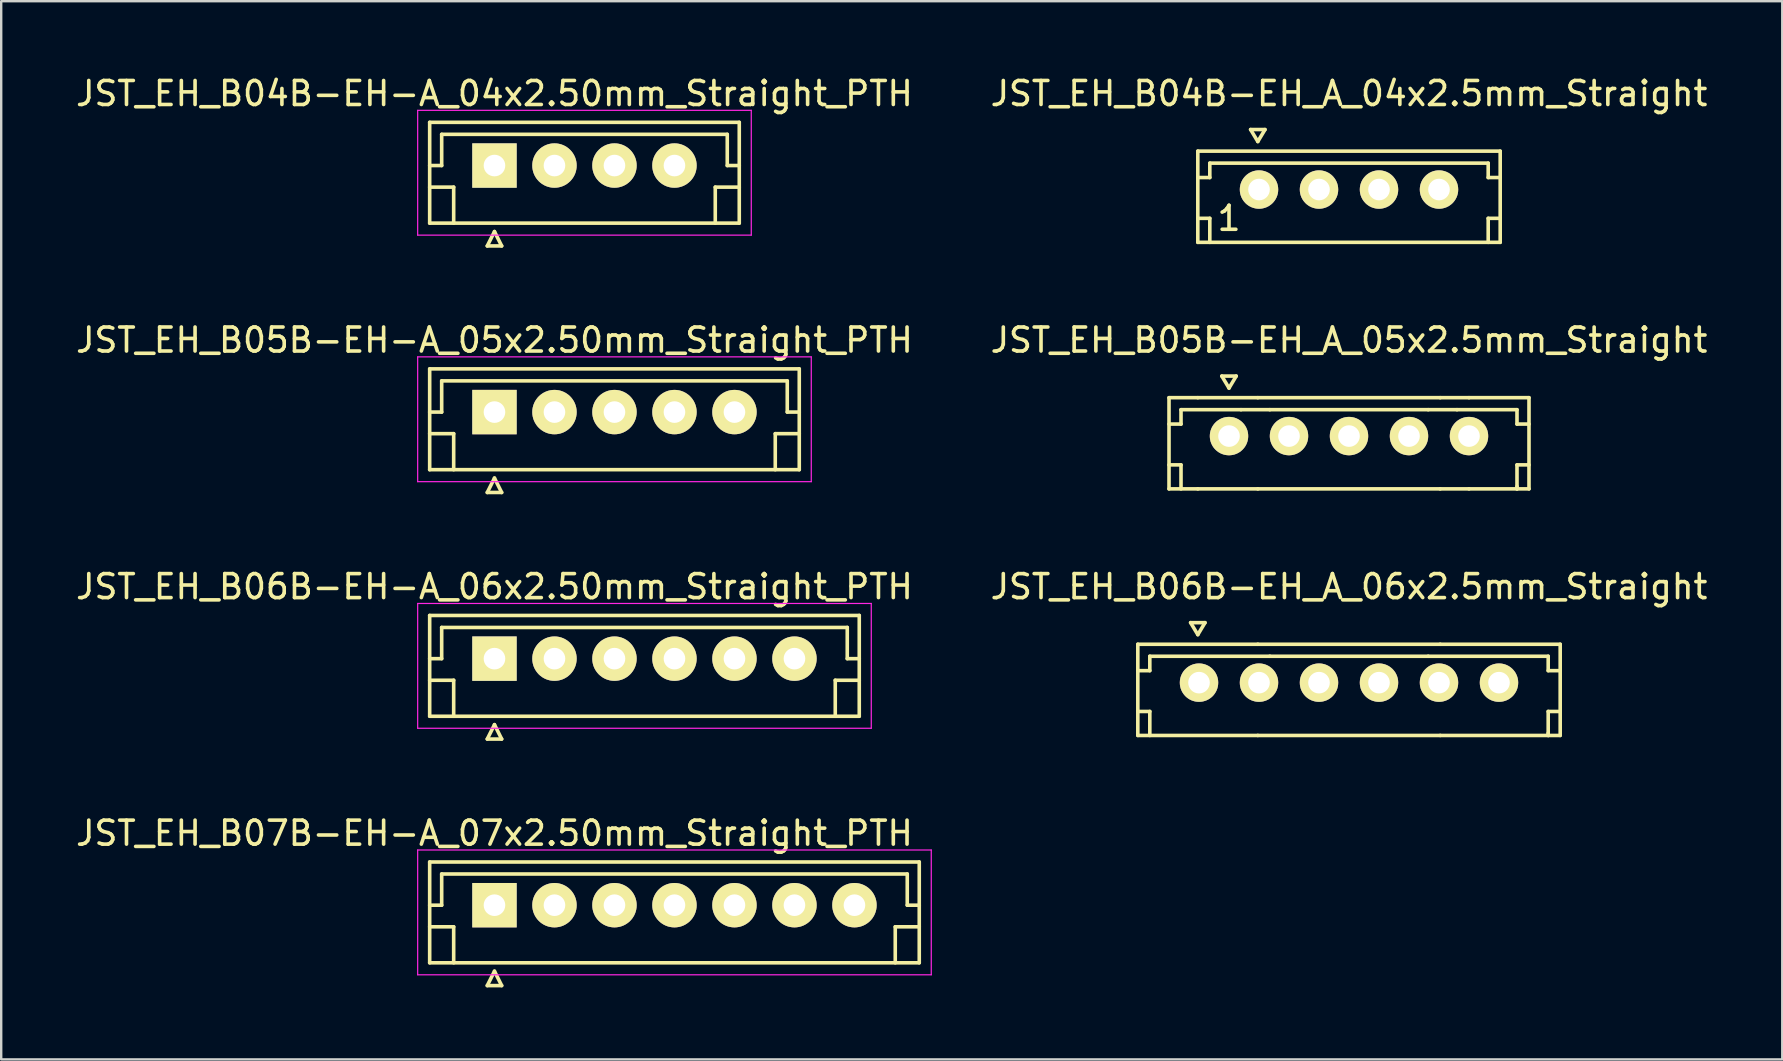
<source format=kicad_pcb>
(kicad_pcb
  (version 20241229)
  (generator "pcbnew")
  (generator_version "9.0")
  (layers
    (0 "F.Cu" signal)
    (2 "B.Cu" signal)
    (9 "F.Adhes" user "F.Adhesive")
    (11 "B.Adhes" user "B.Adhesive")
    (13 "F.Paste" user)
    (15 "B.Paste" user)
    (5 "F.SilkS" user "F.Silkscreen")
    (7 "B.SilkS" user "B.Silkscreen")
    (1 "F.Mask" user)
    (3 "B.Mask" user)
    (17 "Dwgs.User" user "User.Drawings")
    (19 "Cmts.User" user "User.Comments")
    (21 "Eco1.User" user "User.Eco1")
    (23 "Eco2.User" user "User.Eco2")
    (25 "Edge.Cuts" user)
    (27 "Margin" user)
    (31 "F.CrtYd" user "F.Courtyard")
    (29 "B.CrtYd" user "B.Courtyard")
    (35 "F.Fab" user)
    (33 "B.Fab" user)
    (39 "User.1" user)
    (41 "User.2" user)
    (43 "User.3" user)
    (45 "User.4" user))
  (footprint "JST_EH_B06B-EH-A_06x2.50mm_Straight_PTH"
    (layer "F.Cu")
    (at 17.554 24.395)
    (property "Reference" "JST_EH_B06B-EH-A_06x2.50mm_Straight_PTH" (at 0 -3 0) (layer "F.SilkS") (effects (font (size 1 1) (thickness 0.15))))
    (attr through_hole)
    (fp_line (start -2.7 -1.8) (end -2.7 2.4) (stroke (width 0.15) (type solid)) (layer "F.SilkS"))
    (fp_line (start -2.7 0) (end -2.2 0) (stroke (width 0.15) (type solid)) (layer "F.SilkS"))
    (fp_line (start -2.7 0.9) (end -1.7 0.9) (stroke (width 0.15) (type solid)) (layer "F.SilkS"))
    (fp_line (start -2.7 2.4) (end 15.2 2.4) (stroke (width 0.15) (type solid)) (layer "F.SilkS"))
    (fp_line (start -2.2 -1.3) (end 14.7 -1.3) (stroke (width 0.15) (type solid)) (layer "F.SilkS"))
    (fp_line (start -2.2 0) (end -2.2 -1.3) (stroke (width 0.15) (type solid)) (layer "F.SilkS"))
    (fp_line (start -1.7 0.9) (end -1.7 2.4) (stroke (width 0.15) (type solid)) (layer "F.SilkS"))
    (fp_line (start -0.3 3.35) (end 0.3 3.35) (stroke (width 0.15) (type solid)) (layer "F.SilkS"))
    (fp_line (start 0 2.75) (end -0.3 3.35) (stroke (width 0.15) (type solid)) (layer "F.SilkS"))
    (fp_line (start 0.3 3.35) (end 0 2.75) (stroke (width 0.15) (type solid)) (layer "F.SilkS"))
    (fp_line (start 14.2 0.9) (end 14.2 2.4) (stroke (width 0.15) (type solid)) (layer "F.SilkS"))
    (fp_line (start 14.7 -1.3) (end 14.7 0) (stroke (width 0.15) (type solid)) (layer "F.SilkS"))
    (fp_line (start 14.7 0) (end 15.2 0) (stroke (width 0.15) (type solid)) (layer "F.SilkS"))
    (fp_line (start 15.2 -1.8) (end -2.7 -1.8) (stroke (width 0.15) (type solid)) (layer "F.SilkS"))
    (fp_line (start 15.2 0.9) (end 14.2 0.9) (stroke (width 0.15) (type solid)) (layer "F.SilkS"))
    (fp_line (start 15.2 2.4) (end 15.2 -1.8) (stroke (width 0.15) (type solid)) (layer "F.SilkS"))
    (fp_line (start -3.2 -2.3) (end -3.2 2.9) (stroke (width 0.05) (type solid)) (layer "F.CrtYd"))
    (fp_line (start -3.2 2.9) (end 15.7 2.9) (stroke (width 0.05) (type solid)) (layer "F.CrtYd"))
    (fp_line (start 15.7 -2.3) (end -3.2 -2.3) (stroke (width 0.05) (type solid)) (layer "F.CrtYd"))
    (fp_line (start 15.7 2.9) (end 15.7 -2.3) (stroke (width 0.05) (type solid)) (layer "F.CrtYd"))
    (pad "1" thru_hole rect (at 0 0) (size 1.85 1.85) (drill 0.9) (layers "*.Cu" "*.Mask" "F.SilkS"))
    (pad "2" thru_hole circle (at 2.5 0) (size 1.85 1.85) (drill 0.9) (layers "*.Cu" "*.Mask" "F.SilkS"))
    (pad "3" thru_hole circle (at 5 0) (size 1.85 1.85) (drill 0.9) (layers "*.Cu" "*.Mask" "F.SilkS"))
    (pad "4" thru_hole circle (at 7.5 0) (size 1.85 1.85) (drill 0.9) (layers "*.Cu" "*.Mask" "F.SilkS"))
    (pad "5" thru_hole circle (at 10 0) (size 1.85 1.85) (drill 0.9) (layers "*.Cu" "*.Mask" "F.SilkS"))
    (pad "6" thru_hole circle (at 12.5 0) (size 1.85 1.85) (drill 0.9) (layers "*.Cu" "*.Mask" "F.SilkS")))
  (footprint "JST_EH_B05B-EH_A_05x2.5mm_Straight"
    (layer "F.Cu")
    (at 53.161 15.121)
    (property "Reference" "JST_EH_B05B-EH_A_05x2.5mm_Straight" (at 0 -4 0) (layer "F.SilkS") (effects (font (size 1 1) (thickness 0.15))))
    (attr through_hole)
    (fp_line (start -7.5 -1.6) (end -7.5 2.2) (stroke (width 0.15) (type solid)) (layer "F.SilkS"))
    (fp_line (start -7.5 -1.6) (end -6.3 -1.6) (stroke (width 0.15) (type solid)) (layer "F.SilkS"))
    (fp_line (start -7.5 2.2) (end -6.3 2.2) (stroke (width 0.15) (type solid)) (layer "F.SilkS"))
    (fp_line (start -7 -1.1) (end -7 -0.5) (stroke (width 0.15) (type solid)) (layer "F.SilkS"))
    (fp_line (start -7 -0.5) (end -7.5 -0.5) (stroke (width 0.15) (type solid)) (layer "F.SilkS"))
    (fp_line (start -7 1.2) (end -7.5 1.2) (stroke (width 0.15) (type solid)) (layer "F.SilkS"))
    (fp_line (start -7 1.2) (end -7 2.2) (stroke (width 0.15) (type solid)) (layer "F.SilkS"))
    (fp_line (start -6.3 -1.6) (end -3.8 -1.6) (stroke (width 0.15) (type solid)) (layer "F.SilkS"))
    (fp_line (start -6.3 2.2) (end -3.8 2.2) (stroke (width 0.15) (type solid)) (layer "F.SilkS"))
    (fp_line (start -5.3 -2.5) (end -5 -2) (stroke (width 0.15) (type solid)) (layer "F.SilkS"))
    (fp_line (start -5 -2) (end -4.7 -2.5) (stroke (width 0.15) (type solid)) (layer "F.SilkS"))
    (fp_line (start -4.7 -2.5) (end -5.3 -2.5) (stroke (width 0.15) (type solid)) (layer "F.SilkS"))
    (fp_line (start -4.5 -1.1) (end -7 -1.1) (stroke (width 0.15) (type solid)) (layer "F.SilkS"))
    (fp_line (start -3.8 -1.6) (end 3.8 -1.6) (stroke (width 0.15) (type solid)) (layer "F.SilkS"))
    (fp_line (start -3.3 -1.1) (end -4.5 -1.1) (stroke (width 0.15) (type solid)) (layer "F.SilkS"))
    (fp_line (start 3.3 -1.1) (end -3.3 -1.1) (stroke (width 0.15) (type solid)) (layer "F.SilkS"))
    (fp_line (start 3.8 -1.6) (end 5 -1.6) (stroke (width 0.15) (type solid)) (layer "F.SilkS"))
    (fp_line (start 3.8 2.2) (end -3.8 2.2) (stroke (width 0.15) (type solid)) (layer "F.SilkS"))
    (fp_line (start 3.8 2.2) (end 5 2.2) (stroke (width 0.15) (type solid)) (layer "F.SilkS"))
    (fp_line (start 4.5 -1.1) (end 3.3 -1.1) (stroke (width 0.15) (type solid)) (layer "F.SilkS"))
    (fp_line (start 5 -1.6) (end 7.5 -1.6) (stroke (width 0.15) (type solid)) (layer "F.SilkS"))
    (fp_line (start 7 -1.1) (end 4.5 -1.1) (stroke (width 0.15) (type solid)) (layer "F.SilkS"))
    (fp_line (start 7 -1.1) (end 7 -0.5) (stroke (width 0.15) (type solid)) (layer "F.SilkS"))
    (fp_line (start 7 1.2) (end 7 2.2) (stroke (width 0.15) (type solid)) (layer "F.SilkS"))
    (fp_line (start 7 1.2) (end 7.5 1.2) (stroke (width 0.15) (type solid)) (layer "F.SilkS"))
    (fp_line (start 7 2.2) (end 7 2.1) (stroke (width 0.15) (type solid)) (layer "F.SilkS"))
    (fp_line (start 7.5 -1.6) (end 7.5 2.2) (stroke (width 0.15) (type solid)) (layer "F.SilkS"))
    (fp_line (start 7.5 -0.5) (end 7 -0.5) (stroke (width 0.15) (type solid)) (layer "F.SilkS"))
    (fp_line (start 7.5 2.2) (end 5 2.2) (stroke (width 0.15) (type solid)) (layer "F.SilkS"))
    (pad "1" thru_hole circle (at -5 0) (size 1.6 1.6) (drill 0.9) (layers "*.Cu" "*.Mask" "F.SilkS"))
    (pad "2" thru_hole circle (at -2.5 0) (size 1.6 1.6) (drill 0.9) (layers "*.Cu" "*.Mask" "F.SilkS"))
    (pad "3" thru_hole circle (at 0 0) (size 1.6 1.6) (drill 0.9) (layers "*.Cu" "*.Mask" "F.SilkS"))
    (pad "4" thru_hole circle (at 2.5 0) (size 1.6 1.6) (drill 0.9) (layers "*.Cu" "*.Mask" "F.SilkS"))
    (pad "5" thru_hole circle (at 5 0) (size 1.6 1.6) (drill 0.9) (layers "*.Cu" "*.Mask" "F.SilkS")))
  (footprint "JST_EH_B05B-EH-A_05x2.50mm_Straight_PTH"
    (layer "F.Cu")
    (at 17.554 14.121)
    (property "Reference" "JST_EH_B05B-EH-A_05x2.50mm_Straight_PTH" (at 0 -3 0) (layer "F.SilkS") (effects (font (size 1 1) (thickness 0.15))))
    (attr through_hole)
    (fp_line (start -2.7 -1.8) (end -2.7 2.4) (stroke (width 0.15) (type solid)) (layer "F.SilkS"))
    (fp_line (start -2.7 0) (end -2.2 0) (stroke (width 0.15) (type solid)) (layer "F.SilkS"))
    (fp_line (start -2.7 0.9) (end -1.7 0.9) (stroke (width 0.15) (type solid)) (layer "F.SilkS"))
    (fp_line (start -2.7 2.4) (end 12.7 2.4) (stroke (width 0.15) (type solid)) (layer "F.SilkS"))
    (fp_line (start -2.2 -1.3) (end 12.2 -1.3) (stroke (width 0.15) (type solid)) (layer "F.SilkS"))
    (fp_line (start -2.2 0) (end -2.2 -1.3) (stroke (width 0.15) (type solid)) (layer "F.SilkS"))
    (fp_line (start -1.7 0.9) (end -1.7 2.4) (stroke (width 0.15) (type solid)) (layer "F.SilkS"))
    (fp_line (start -0.3 3.35) (end 0.3 3.35) (stroke (width 0.15) (type solid)) (layer "F.SilkS"))
    (fp_line (start 0 2.75) (end -0.3 3.35) (stroke (width 0.15) (type solid)) (layer "F.SilkS"))
    (fp_line (start 0.3 3.35) (end 0 2.75) (stroke (width 0.15) (type solid)) (layer "F.SilkS"))
    (fp_line (start 11.7 0.9) (end 11.7 2.4) (stroke (width 0.15) (type solid)) (layer "F.SilkS"))
    (fp_line (start 12.2 -1.3) (end 12.2 0) (stroke (width 0.15) (type solid)) (layer "F.SilkS"))
    (fp_line (start 12.2 0) (end 12.7 0) (stroke (width 0.15) (type solid)) (layer "F.SilkS"))
    (fp_line (start 12.7 -1.8) (end -2.7 -1.8) (stroke (width 0.15) (type solid)) (layer "F.SilkS"))
    (fp_line (start 12.7 0.9) (end 11.7 0.9) (stroke (width 0.15) (type solid)) (layer "F.SilkS"))
    (fp_line (start 12.7 2.4) (end 12.7 -1.8) (stroke (width 0.15) (type solid)) (layer "F.SilkS"))
    (fp_line (start -3.2 -2.3) (end -3.2 2.9) (stroke (width 0.05) (type solid)) (layer "F.CrtYd"))
    (fp_line (start -3.2 2.9) (end 13.2 2.9) (stroke (width 0.05) (type solid)) (layer "F.CrtYd"))
    (fp_line (start 13.2 -2.3) (end -3.2 -2.3) (stroke (width 0.05) (type solid)) (layer "F.CrtYd"))
    (fp_line (start 13.2 2.9) (end 13.2 -2.3) (stroke (width 0.05) (type solid)) (layer "F.CrtYd"))
    (pad "1" thru_hole rect (at 0 0) (size 1.85 1.85) (drill 0.9) (layers "*.Cu" "*.Mask" "F.SilkS"))
    (pad "2" thru_hole circle (at 2.5 0) (size 1.85 1.85) (drill 0.9) (layers "*.Cu" "*.Mask" "F.SilkS"))
    (pad "3" thru_hole circle (at 5 0) (size 1.85 1.85) (drill 0.9) (layers "*.Cu" "*.Mask" "F.SilkS"))
    (pad "4" thru_hole circle (at 7.5 0) (size 1.85 1.85) (drill 0.9) (layers "*.Cu" "*.Mask" "F.SilkS"))
    (pad "5" thru_hole circle (at 10 0) (size 1.85 1.85) (drill 0.9) (layers "*.Cu" "*.Mask" "F.SilkS")))
  (footprint "JST_EH_B04B-EH-A_04x2.50mm_Straight_PTH"
    (layer "F.Cu")
    (at 17.554 3.848)
    (property "Reference" "JST_EH_B04B-EH-A_04x2.50mm_Straight_PTH" (at 0 -3 0) (layer "F.SilkS") (effects (font (size 1 1) (thickness 0.15))))
    (attr through_hole)
    (fp_line (start -2.7 -1.8) (end -2.7 2.4) (stroke (width 0.15) (type solid)) (layer "F.SilkS"))
    (fp_line (start -2.7 0) (end -2.2 0) (stroke (width 0.15) (type solid)) (layer "F.SilkS"))
    (fp_line (start -2.7 0.9) (end -1.7 0.9) (stroke (width 0.15) (type solid)) (layer "F.SilkS"))
    (fp_line (start -2.7 2.4) (end 10.2 2.4) (stroke (width 0.15) (type solid)) (layer "F.SilkS"))
    (fp_line (start -2.2 -1.3) (end 9.7 -1.3) (stroke (width 0.15) (type solid)) (layer "F.SilkS"))
    (fp_line (start -2.2 0) (end -2.2 -1.3) (stroke (width 0.15) (type solid)) (layer "F.SilkS"))
    (fp_line (start -1.7 0.9) (end -1.7 2.4) (stroke (width 0.15) (type solid)) (layer "F.SilkS"))
    (fp_line (start -0.3 3.35) (end 0.3 3.35) (stroke (width 0.15) (type solid)) (layer "F.SilkS"))
    (fp_line (start 0 2.75) (end -0.3 3.35) (stroke (width 0.15) (type solid)) (layer "F.SilkS"))
    (fp_line (start 0.3 3.35) (end 0 2.75) (stroke (width 0.15) (type solid)) (layer "F.SilkS"))
    (fp_line (start 9.2 0.9) (end 9.2 2.4) (stroke (width 0.15) (type solid)) (layer "F.SilkS"))
    (fp_line (start 9.7 -1.3) (end 9.7 0) (stroke (width 0.15) (type solid)) (layer "F.SilkS"))
    (fp_line (start 9.7 0) (end 10.2 0) (stroke (width 0.15) (type solid)) (layer "F.SilkS"))
    (fp_line (start 10.2 -1.8) (end -2.7 -1.8) (stroke (width 0.15) (type solid)) (layer "F.SilkS"))
    (fp_line (start 10.2 0.9) (end 9.2 0.9) (stroke (width 0.15) (type solid)) (layer "F.SilkS"))
    (fp_line (start 10.2 2.4) (end 10.2 -1.8) (stroke (width 0.15) (type solid)) (layer "F.SilkS"))
    (fp_line (start -3.2 -2.3) (end -3.2 2.9) (stroke (width 0.05) (type solid)) (layer "F.CrtYd"))
    (fp_line (start -3.2 2.9) (end 10.7 2.9) (stroke (width 0.05) (type solid)) (layer "F.CrtYd"))
    (fp_line (start 10.7 -2.3) (end -3.2 -2.3) (stroke (width 0.05) (type solid)) (layer "F.CrtYd"))
    (fp_line (start 10.7 2.9) (end 10.7 -2.3) (stroke (width 0.05) (type solid)) (layer "F.CrtYd"))
    (pad "1" thru_hole rect (at 0 0) (size 1.85 1.85) (drill 0.9) (layers "*.Cu" "*.Mask" "F.SilkS"))
    (pad "2" thru_hole circle (at 2.5 0) (size 1.85 1.85) (drill 0.9) (layers "*.Cu" "*.Mask" "F.SilkS"))
    (pad "3" thru_hole circle (at 5 0) (size 1.85 1.85) (drill 0.9) (layers "*.Cu" "*.Mask" "F.SilkS"))
    (pad "4" thru_hole circle (at 7.5 0) (size 1.85 1.85) (drill 0.9) (layers "*.Cu" "*.Mask" "F.SilkS")))
  (footprint "JST_EH_B07B-EH-A_07x2.50mm_Straight_PTH"
    (layer "F.Cu")
    (at 17.554 34.668)
    (property "Reference" "JST_EH_B07B-EH-A_07x2.50mm_Straight_PTH" (at 0 -3 0) (layer "F.SilkS") (effects (font (size 1 1) (thickness 0.15))))
    (attr through_hole)
    (fp_line (start -2.7 -1.8) (end -2.7 2.4) (stroke (width 0.15) (type solid)) (layer "F.SilkS"))
    (fp_line (start -2.7 0) (end -2.2 0) (stroke (width 0.15) (type solid)) (layer "F.SilkS"))
    (fp_line (start -2.7 0.9) (end -1.7 0.9) (stroke (width 0.15) (type solid)) (layer "F.SilkS"))
    (fp_line (start -2.7 2.4) (end 17.7 2.4) (stroke (width 0.15) (type solid)) (layer "F.SilkS"))
    (fp_line (start -2.2 -1.3) (end 17.2 -1.3) (stroke (width 0.15) (type solid)) (layer "F.SilkS"))
    (fp_line (start -2.2 0) (end -2.2 -1.3) (stroke (width 0.15) (type solid)) (layer "F.SilkS"))
    (fp_line (start -1.7 0.9) (end -1.7 2.4) (stroke (width 0.15) (type solid)) (layer "F.SilkS"))
    (fp_line (start -0.3 3.35) (end 0.3 3.35) (stroke (width 0.15) (type solid)) (layer "F.SilkS"))
    (fp_line (start 0 2.75) (end -0.3 3.35) (stroke (width 0.15) (type solid)) (layer "F.SilkS"))
    (fp_line (start 0.3 3.35) (end 0 2.75) (stroke (width 0.15) (type solid)) (layer "F.SilkS"))
    (fp_line (start 16.7 0.9) (end 16.7 2.4) (stroke (width 0.15) (type solid)) (layer "F.SilkS"))
    (fp_line (start 17.2 -1.3) (end 17.2 0) (stroke (width 0.15) (type solid)) (layer "F.SilkS"))
    (fp_line (start 17.2 0) (end 17.7 0) (stroke (width 0.15) (type solid)) (layer "F.SilkS"))
    (fp_line (start 17.7 -1.8) (end -2.7 -1.8) (stroke (width 0.15) (type solid)) (layer "F.SilkS"))
    (fp_line (start 17.7 0.9) (end 16.7 0.9) (stroke (width 0.15) (type solid)) (layer "F.SilkS"))
    (fp_line (start 17.7 2.4) (end 17.7 -1.8) (stroke (width 0.15) (type solid)) (layer "F.SilkS"))
    (fp_line (start -3.2 -2.3) (end -3.2 2.9) (stroke (width 0.05) (type solid)) (layer "F.CrtYd"))
    (fp_line (start -3.2 2.9) (end 18.2 2.9) (stroke (width 0.05) (type solid)) (layer "F.CrtYd"))
    (fp_line (start 18.2 -2.3) (end -3.2 -2.3) (stroke (width 0.05) (type solid)) (layer "F.CrtYd"))
    (fp_line (start 18.2 2.9) (end 18.2 -2.3) (stroke (width 0.05) (type solid)) (layer "F.CrtYd"))
    (pad "1" thru_hole rect (at 0 0) (size 1.85 1.85) (drill 0.9) (layers "*.Cu" "*.Mask" "F.SilkS"))
    (pad "2" thru_hole circle (at 2.5 0) (size 1.85 1.85) (drill 0.9) (layers "*.Cu" "*.Mask" "F.SilkS"))
    (pad "3" thru_hole circle (at 5 0) (size 1.85 1.85) (drill 0.9) (layers "*.Cu" "*.Mask" "F.SilkS"))
    (pad "4" thru_hole circle (at 7.5 0) (size 1.85 1.85) (drill 0.9) (layers "*.Cu" "*.Mask" "F.SilkS"))
    (pad "5" thru_hole circle (at 10 0) (size 1.85 1.85) (drill 0.9) (layers "*.Cu" "*.Mask" "F.SilkS"))
    (pad "6" thru_hole circle (at 12.5 0) (size 1.85 1.85) (drill 0.9) (layers "*.Cu" "*.Mask" "F.SilkS"))
    (pad "7" thru_hole circle (at 15 0) (size 1.85 1.85) (drill 0.9) (layers "*.Cu" "*.Mask" "F.SilkS")))
  (footprint "JST_EH_B04B-EH_A_04x2.5mm_Straight"
    (layer "F.Cu")
    (at 53.161 4.848)
    (property "Reference" "JST_EH_B04B-EH_A_04x2.5mm_Straight" (at 0 -4 0) (layer "F.SilkS") (effects (font (size 1 1) (thickness 0.15))))
    (attr through_hole)
    (fp_line (start -6.3 -1.6) (end -6.3 2.2) (stroke (width 0.15) (type solid)) (layer "F.SilkS"))
    (fp_line (start -6.3 2.2) (end 6.3 2.2) (stroke (width 0.15) (type solid)) (layer "F.SilkS"))
    (fp_line (start -5.8 -1.1) (end -5.8 -0.5) (stroke (width 0.15) (type solid)) (layer "F.SilkS"))
    (fp_line (start -5.8 -0.5) (end -6.3 -0.5) (stroke (width 0.15) (type solid)) (layer "F.SilkS"))
    (fp_line (start -5.8 1.2) (end -6.3 1.2) (stroke (width 0.15) (type solid)) (layer "F.SilkS"))
    (fp_line (start -5.8 2.2) (end -5.8 1.2) (stroke (width 0.15) (type solid)) (layer "F.SilkS"))
    (fp_line (start -4.1 -2.5) (end -3.8 -2) (stroke (width 0.15) (type solid)) (layer "F.SilkS"))
    (fp_line (start -3.8 -2) (end -3.5 -2.5) (stroke (width 0.15) (type solid)) (layer "F.SilkS"))
    (fp_line (start -3.5 -2.5) (end -4.1 -2.5) (stroke (width 0.15) (type solid)) (layer "F.SilkS"))
    (fp_line (start 5.8 -1.1) (end -5.8 -1.1) (stroke (width 0.15) (type solid)) (layer "F.SilkS"))
    (fp_line (start 5.8 -0.5) (end 5.8 -1.1) (stroke (width 0.15) (type solid)) (layer "F.SilkS"))
    (fp_line (start 5.8 1.2) (end 6.3 1.2) (stroke (width 0.15) (type solid)) (layer "F.SilkS"))
    (fp_line (start 5.8 2.2) (end 5.8 1.2) (stroke (width 0.15) (type solid)) (layer "F.SilkS"))
    (fp_line (start 6.3 -1.6) (end -6.3 -1.6) (stroke (width 0.15) (type solid)) (layer "F.SilkS"))
    (fp_line (start 6.3 -0.5) (end 5.8 -0.5) (stroke (width 0.15) (type solid)) (layer "F.SilkS"))
    (fp_line (start 6.3 2.2) (end 6.3 -1.6) (stroke (width 0.15) (type solid)) (layer "F.SilkS"))
    (fp_text user "1" (at -5 1.2 0) (layer "F.SilkS") (effects (font (size 1 1) (thickness 0.15))))
    (pad "1" thru_hole circle (at -3.75 0) (size 1.6 1.6) (drill 0.9) (layers "*.Cu" "*.Mask" "F.SilkS"))
    (pad "2" thru_hole circle (at -1.25 0) (size 1.6 1.6) (drill 0.9) (layers "*.Cu" "*.Mask" "F.SilkS"))
    (pad "3" thru_hole circle (at 1.25 0) (size 1.6 1.6) (drill 0.9) (layers "*.Cu" "*.Mask" "F.SilkS"))
    (pad "4" thru_hole circle (at 3.75 0) (size 1.6 1.6) (drill 0.9) (layers "*.Cu" "*.Mask" "F.SilkS")))
  (footprint "JST_EH_B06B-EH_A_06x2.5mm_Straight"
    (layer "F.Cu")
    (at 53.161 25.395)
    (property "Reference" "JST_EH_B06B-EH_A_06x2.5mm_Straight" (at 0 -4 0) (layer "F.SilkS") (effects (font (size 1 1) (thickness 0.15))))
    (attr through_hole)
    (fp_line (start -8.8 -1.6) (end -8.8 2.2) (stroke (width 0.15) (type solid)) (layer "F.SilkS"))
    (fp_line (start -8.8 -1.6) (end -3.8 -1.6) (stroke (width 0.15) (type solid)) (layer "F.SilkS"))
    (fp_line (start -8.8 2.2) (end -3.8 2.2) (stroke (width 0.15) (type solid)) (layer "F.SilkS"))
    (fp_line (start -8.3 -1.1) (end -8.3 -0.5) (stroke (width 0.15) (type solid)) (layer "F.SilkS"))
    (fp_line (start -8.3 -0.5) (end -8.8 -0.5) (stroke (width 0.15) (type solid)) (layer "F.SilkS"))
    (fp_line (start -8.3 1.2) (end -8.8 1.2) (stroke (width 0.15) (type solid)) (layer "F.SilkS"))
    (fp_line (start -8.3 1.2) (end -8.3 2.2) (stroke (width 0.15) (type solid)) (layer "F.SilkS"))
    (fp_line (start -6.6 -2.5) (end -6.3 -2) (stroke (width 0.15) (type solid)) (layer "F.SilkS"))
    (fp_line (start -6.3 -2) (end -6 -2.5) (stroke (width 0.15) (type solid)) (layer "F.SilkS"))
    (fp_line (start -6 -2.5) (end -6.6 -2.5) (stroke (width 0.15) (type solid)) (layer "F.SilkS"))
    (fp_line (start -3.8 -1.6) (end 3.8 -1.6) (stroke (width 0.15) (type solid)) (layer "F.SilkS"))
    (fp_line (start -3.3 -1.1) (end -8.3 -1.1) (stroke (width 0.15) (type solid)) (layer "F.SilkS"))
    (fp_line (start 3.3 -1.1) (end -3.3 -1.1) (stroke (width 0.15) (type solid)) (layer "F.SilkS"))
    (fp_line (start 3.8 -1.6) (end 8.8 -1.6) (stroke (width 0.15) (type solid)) (layer "F.SilkS"))
    (fp_line (start 3.8 2.2) (end -3.8 2.2) (stroke (width 0.15) (type solid)) (layer "F.SilkS"))
    (fp_line (start 3.8 2.2) (end 8.8 2.2) (stroke (width 0.15) (type solid)) (layer "F.SilkS"))
    (fp_line (start 8.3 -1.1) (end 3.3 -1.1) (stroke (width 0.15) (type solid)) (layer "F.SilkS"))
    (fp_line (start 8.3 -1.1) (end 8.3 -0.5) (stroke (width 0.15) (type solid)) (layer "F.SilkS"))
    (fp_line (start 8.3 1.2) (end 8.3 2.2) (stroke (width 0.15) (type solid)) (layer "F.SilkS"))
    (fp_line (start 8.3 1.2) (end 8.8 1.2) (stroke (width 0.15) (type solid)) (layer "F.SilkS"))
    (fp_line (start 8.3 2.2) (end 8.3 2.1) (stroke (width 0.15) (type solid)) (layer "F.SilkS"))
    (fp_line (start 8.8 -1.6) (end 8.8 2.2) (stroke (width 0.15) (type solid)) (layer "F.SilkS"))
    (fp_line (start 8.8 -0.5) (end 8.3 -0.5) (stroke (width 0.15) (type solid)) (layer "F.SilkS"))
    (pad "1" thru_hole circle (at -6.25 0) (size 1.6 1.6) (drill 0.9) (layers "*.Cu" "*.Mask" "F.SilkS"))
    (pad "2" thru_hole circle (at -3.75 0) (size 1.6 1.6) (drill 0.9) (layers "*.Cu" "*.Mask" "F.SilkS"))
    (pad "3" thru_hole circle (at -1.25 0) (size 1.6 1.6) (drill 0.9) (layers "*.Cu" "*.Mask" "F.SilkS"))
    (pad "4" thru_hole circle (at 1.25 0) (size 1.6 1.6) (drill 0.9) (layers "*.Cu" "*.Mask" "F.SilkS"))
    (pad "5" thru_hole circle (at 3.75 0) (size 1.6 1.6) (drill 0.9) (layers "*.Cu" "*.Mask" "F.SilkS"))
    (pad "6" thru_hole circle (at 6.25 0) (size 1.6 1.6) (drill 0.9) (layers "*.Cu" "*.Mask" "F.SilkS")))
  (gr_rect
    (start -3 -3)
    (end 71.214 41.093)
    (stroke (width 0.1) (type default))
    (fill no)
    (layer "Edge.Cuts")))
</source>
